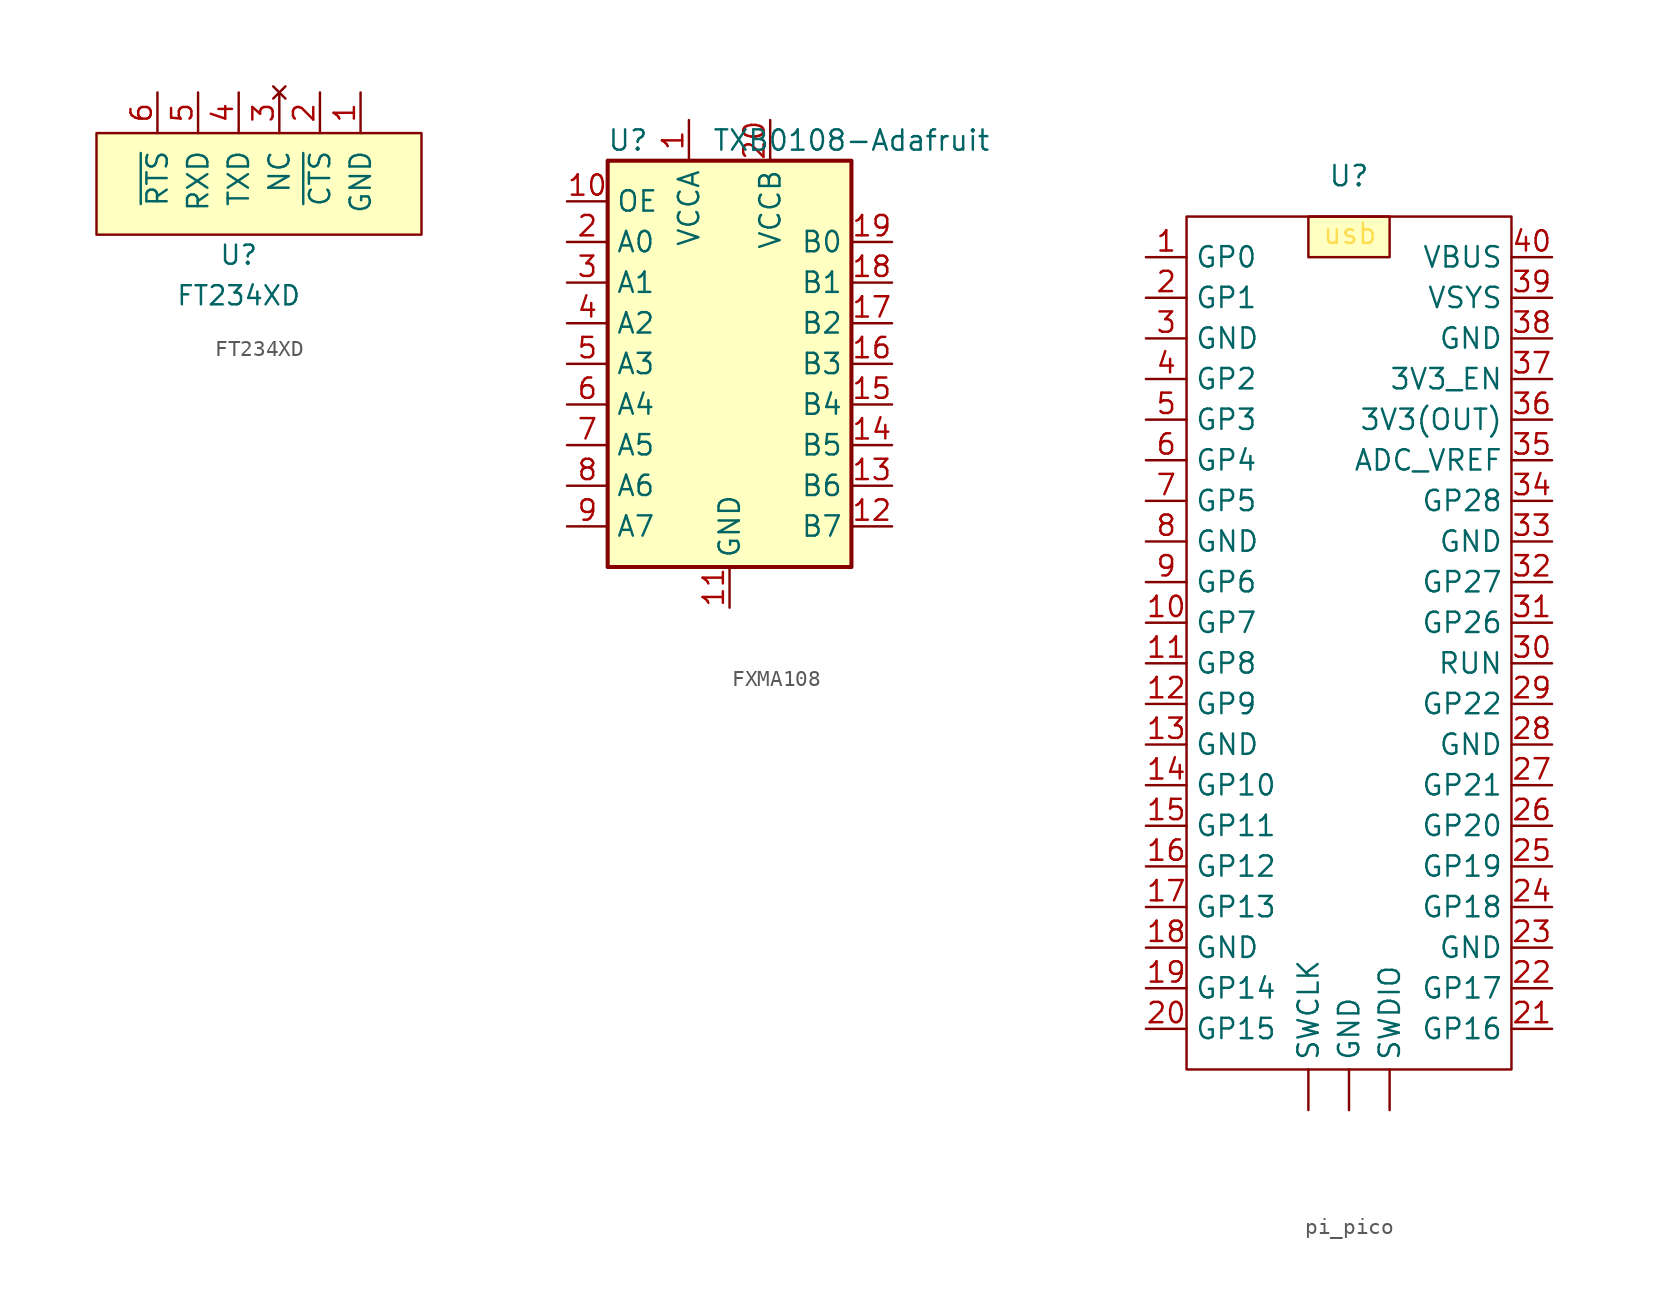
<source format=kicad_sym>
(kicad_symbol_lib
  (version 20220914)
  (generator kicad_symbol_editor)
  (symbol "FT234XD"
    (pin_names
      (offset 1.016))
    (property "Reference" "U"
      (at 2.54 -12.7 0)
      (effects (font (size 1.194 1.194))))
    (property "Value" "FT234XD"
      (at 2.54 -15.24 0)
      (effects (font (size 1.194 1.194))))
    (symbol "FT234XD_0_1"
      (rectangle (start 13.97 -5.08) (end -6.35 -11.43) (stroke (width 0) (type default)) (fill (type background))))
    (symbol "FT234XD_1_1"
      (pin power_in line (at 10.16 -2.54 270) (length 2.54) (name "GND" (effects (font (size 1.27 1.27)))) (number "1" (effects (font (size 1.27 1.27)))))
      (pin bidirectional line (at 7.62 -2.54 270) (length 2.54) (name "~{CTS}" (effects (font (size 1.27 1.27)))) (number "2" (effects (font (size 1.27 1.27)))))
      (pin no_connect line (at 5.08 -2.54 270) (length 2.54) (name "NC" (effects (font (size 1.27 1.27)))) (number "3" (effects (font (size 1.27 1.27)))))
      (pin bidirectional line (at 2.54 -2.54 270) (length 2.54) (name "TXD" (effects (font (size 1.27 1.27)))) (number "4" (effects (font (size 1.27 1.27)))))
      (pin bidirectional line (at 0 -2.54 270) (length 2.54) (name "RXD" (effects (font (size 1.27 1.27)))) (number "5" (effects (font (size 1.27 1.27)))))
      (pin bidirectional line (at -2.54 -2.54 270) (length 2.54) (name "~{RTS}" (effects (font (size 1.27 1.27)))) (number "6" (effects (font (size 1.27 1.27)))))))
  (symbol "FXMA108"
    (property "Reference" "U"
      (at -6.35 13.97 0)
      (effects (font (size 1.27 1.27))))
    (property "Value" "TXB0108-Adafruit"
      (at 7.62 13.97 0)
      (effects (font (size 1.27 1.27))))
    (symbol "FXMA108_1_1"
      (rectangle (start -7.62 12.7) (end 7.62 -12.7) (stroke (width 0.254) (type default)) (fill (type background)))
      (pin power_in line (at -2.54 15.24 270) (length 2.54) (name "VCCA" (effects (font (size 1.27 1.27)))) (number "1" (effects (font (size 1.27 1.27)))))
      (pin input line (at -10.16 10.16 0) (length 2.54) (name "OE" (effects (font (size 1.27 1.27)))) (number "10" (effects (font (size 1.27 1.27)))))
      (pin power_in line (at 0 -15.24 90) (length 2.54) (name "GND" (effects (font (size 1.27 1.27)))) (number "11" (effects (font (size 1.27 1.27)))))
      (pin bidirectional line (at 10.16 -10.16 180) (length 2.54) (name "B7" (effects (font (size 1.27 1.27)))) (number "12" (effects (font (size 1.27 1.27)))))
      (pin bidirectional line (at 10.16 -7.62 180) (length 2.54) (name "B6" (effects (font (size 1.27 1.27)))) (number "13" (effects (font (size 1.27 1.27)))))
      (pin bidirectional line (at 10.16 -5.08 180) (length 2.54) (name "B5" (effects (font (size 1.27 1.27)))) (number "14" (effects (font (size 1.27 1.27)))))
      (pin bidirectional line (at 10.16 -2.54 180) (length 2.54) (name "B4" (effects (font (size 1.27 1.27)))) (number "15" (effects (font (size 1.27 1.27)))))
      (pin bidirectional line (at 10.16 0 180) (length 2.54) (name "B3" (effects (font (size 1.27 1.27)))) (number "16" (effects (font (size 1.27 1.27)))))
      (pin bidirectional line (at 10.16 2.54 180) (length 2.54) (name "B2" (effects (font (size 1.27 1.27)))) (number "17" (effects (font (size 1.27 1.27)))))
      (pin bidirectional line (at 10.16 5.08 180) (length 2.54) (name "B1" (effects (font (size 1.27 1.27)))) (number "18" (effects (font (size 1.27 1.27)))))
      (pin bidirectional line (at 10.16 7.62 180) (length 2.54) (name "B0" (effects (font (size 1.27 1.27)))) (number "19" (effects (font (size 1.27 1.27)))))
      (pin bidirectional line (at -10.16 7.62 0) (length 2.54) (name "A0" (effects (font (size 1.27 1.27)))) (number "2" (effects (font (size 1.27 1.27)))))
      (pin power_in line (at 2.54 15.24 270) (length 2.54) (name "VCCB" (effects (font (size 1.27 1.27)))) (number "20" (effects (font (size 1.27 1.27)))))
      (pin no_connect line (at 2.54 -12.7 90) (length 2.54) hide (name "NC" (effects (font (size 1.27 1.27)))) (number "21" (effects (font (size 1.27 1.27)))))
      (pin bidirectional line (at -10.16 5.08 0) (length 2.54) (name "A1" (effects (font (size 1.27 1.27)))) (number "3" (effects (font (size 1.27 1.27)))))
      (pin bidirectional line (at -10.16 2.54 0) (length 2.54) (name "A2" (effects (font (size 1.27 1.27)))) (number "4" (effects (font (size 1.27 1.27)))))
      (pin bidirectional line (at -10.16 0 0) (length 2.54) (name "A3" (effects (font (size 1.27 1.27)))) (number "5" (effects (font (size 1.27 1.27)))))
      (pin bidirectional line (at -10.16 -2.54 0) (length 2.54) (name "A4" (effects (font (size 1.27 1.27)))) (number "6" (effects (font (size 1.27 1.27)))))
      (pin bidirectional line (at -10.16 -5.08 0) (length 2.54) (name "A5" (effects (font (size 1.27 1.27)))) (number "7" (effects (font (size 1.27 1.27)))))
      (pin bidirectional line (at -10.16 -7.62 0) (length 2.54) (name "A6" (effects (font (size 1.27 1.27)))) (number "8" (effects (font (size 1.27 1.27)))))
      (pin bidirectional line (at -10.16 -10.16 0) (length 2.54) (name "A7" (effects (font (size 1.27 1.27)))) (number "9" (effects (font (size 1.27 1.27)))))))
  (symbol "pi_pico"
    (property "Reference" "U"
      (at 0 0 0)
      (effects (font (size 1.27 1.27))))
    (property "Value" ""
      (at 0 0 0)
      (effects (font (size 1.27 1.27))))
    (symbol "pi_pico_1_0"
      (pin passive line (at -12.7 -27.94 0) (length 2.54) (name "GP7" (effects (font (size 1.27 1.27)))) (number "10" (effects (font (size 1.27 1.27)))))
      (pin passive line (at -12.7 -30.48 0) (length 2.54) (name "GP8" (effects (font (size 1.27 1.27)))) (number "11" (effects (font (size 1.27 1.27)))))
      (pin passive line (at -12.7 -33.02 0) (length 2.54) (name "GP9" (effects (font (size 1.27 1.27)))) (number "12" (effects (font (size 1.27 1.27)))))
      (pin passive line (at -12.7 -35.56 0) (length 2.54) (name "GND" (effects (font (size 1.27 1.27)))) (number "13" (effects (font (size 1.27 1.27)))))
      (pin passive line (at -12.7 -38.1 0) (length 2.54) (name "GP10" (effects (font (size 1.27 1.27)))) (number "14" (effects (font (size 1.27 1.27)))))
      (pin passive line (at -12.7 -40.64 0) (length 2.54) (name "GP11" (effects (font (size 1.27 1.27)))) (number "15" (effects (font (size 1.27 1.27)))))
      (pin passive line (at -12.7 -43.18 0) (length 2.54) (name "GP12" (effects (font (size 1.27 1.27)))) (number "16" (effects (font (size 1.27 1.27)))))
      (pin passive line (at -12.7 -45.72 0) (length 2.54) (name "GP13" (effects (font (size 1.27 1.27)))) (number "17" (effects (font (size 1.27 1.27)))))
      (pin passive line (at -12.7 -48.26 0) (length 2.54) (name "GND" (effects (font (size 1.27 1.27)))) (number "18" (effects (font (size 1.27 1.27)))))
      (pin passive line (at -12.7 -50.8 0) (length 2.54) (name "GP14" (effects (font (size 1.27 1.27)))) (number "19" (effects (font (size 1.27 1.27)))))
      (pin passive line (at -12.7 -53.34 0) (length 2.54) (name "GP15" (effects (font (size 1.27 1.27)))) (number "20" (effects (font (size 1.27 1.27)))))
      (pin passive line (at 12.7 -53.34 180) (length 2.54) (name "GP16" (effects (font (size 1.27 1.27)))) (number "21" (effects (font (size 1.27 1.27)))))
      (pin passive line (at 12.7 -50.8 180) (length 2.54) (name "GP17" (effects (font (size 1.27 1.27)))) (number "22" (effects (font (size 1.27 1.27)))))
      (pin passive line (at 12.7 -48.26 180) (length 2.54) (name "GND" (effects (font (size 1.27 1.27)))) (number "23" (effects (font (size 1.27 1.27)))))
      (pin passive line (at 12.7 -45.72 180) (length 2.54) (name "GP18" (effects (font (size 1.27 1.27)))) (number "24" (effects (font (size 1.27 1.27)))))
      (pin passive line (at 12.7 -43.18 180) (length 2.54) (name "GP19" (effects (font (size 1.27 1.27)))) (number "25" (effects (font (size 1.27 1.27)))))
      (pin passive line (at 12.7 -40.64 180) (length 2.54) (name "GP20" (effects (font (size 1.27 1.27)))) (number "26" (effects (font (size 1.27 1.27)))))
      (pin passive line (at 12.7 -38.1 180) (length 2.54) (name "GP21" (effects (font (size 1.27 1.27)))) (number "27" (effects (font (size 1.27 1.27)))))
      (pin passive line (at 12.7 -35.56 180) (length 2.54) (name "GND" (effects (font (size 1.27 1.27)))) (number "28" (effects (font (size 1.27 1.27)))))
      (pin passive line (at 12.7 -33.02 180) (length 2.54) (name "GP22" (effects (font (size 1.27 1.27)))) (number "29" (effects (font (size 1.27 1.27)))))
      (pin passive line (at -12.7 -10.16 0) (length 2.54) (name "GND" (effects (font (size 1.27 1.27)))) (number "3" (effects (font (size 1.27 1.27)))))
      (pin passive line (at 12.7 -30.48 180) (length 2.54) (name "RUN" (effects (font (size 1.27 1.27)))) (number "30" (effects (font (size 1.27 1.27)))))
      (pin passive line (at 12.7 -27.94 180) (length 2.54) (name "GP26" (effects (font (size 1.27 1.27)))) (number "31" (effects (font (size 1.27 1.27)))))
      (pin passive line (at 12.7 -25.4 180) (length 2.54) (name "GP27" (effects (font (size 1.27 1.27)))) (number "32" (effects (font (size 1.27 1.27)))))
      (pin passive line (at 12.7 -22.86 180) (length 2.54) (name "GND" (effects (font (size 1.27 1.27)))) (number "33" (effects (font (size 1.27 1.27)))))
      (pin passive line (at 12.7 -20.32 180) (length 2.54) (name "GP28" (effects (font (size 1.27 1.27)))) (number "34" (effects (font (size 1.27 1.27)))))
      (pin passive line (at 12.7 -17.78 180) (length 2.54) (name "ADC_VREF" (effects (font (size 1.27 1.27)))) (number "35" (effects (font (size 1.27 1.27)))))
      (pin power_out line (at 12.7 -15.24 180) (length 2.54) (name "3V3(OUT)" (effects (font (size 1.27 1.27)))) (number "36" (effects (font (size 1.27 1.27)))))
      (pin passive line (at 12.7 -12.7 180) (length 2.54) (name "3V3_EN" (effects (font (size 1.27 1.27)))) (number "37" (effects (font (size 1.27 1.27)))))
      (pin passive line (at 12.7 -10.16 180) (length 2.54) (name "GND" (effects (font (size 1.27 1.27)))) (number "38" (effects (font (size 1.27 1.27)))))
      (pin passive line (at 12.7 -7.62 180) (length 2.54) (name "VSYS" (effects (font (size 1.27 1.27)))) (number "39" (effects (font (size 1.27 1.27)))))
      (pin passive line (at -12.7 -12.7 0) (length 2.54) (name "GP2" (effects (font (size 1.27 1.27)))) (number "4" (effects (font (size 1.27 1.27)))))
      (pin passive line (at -12.7 -15.24 0) (length 2.54) (name "GP3" (effects (font (size 1.27 1.27)))) (number "5" (effects (font (size 1.27 1.27)))))
      (pin passive line (at -12.7 -17.78 0) (length 2.54) (name "GP4" (effects (font (size 1.27 1.27)))) (number "6" (effects (font (size 1.27 1.27)))))
      (pin passive line (at -12.7 -20.32 0) (length 2.54) (name "GP5" (effects (font (size 1.27 1.27)))) (number "7" (effects (font (size 1.27 1.27)))))
      (pin passive line (at -12.7 -22.86 0) (length 2.54) (name "GND" (effects (font (size 1.27 1.27)))) (number "8" (effects (font (size 1.27 1.27)))))
      (pin passive line (at -12.7 -25.4 0) (length 2.54) (name "GP6" (effects (font (size 1.27 1.27)))) (number "9" (effects (font (size 1.27 1.27))))))
    (symbol "pi_pico_1_1"
      (rectangle (start -10.16 -2.54) (end 10.16 -55.88) (stroke (width 0) (type default)) (fill (type none)))
      (polyline (pts (xy 2.54 -2.54) (xy 2.54 -5.08) (xy -2.54 -5.08) (xy -2.54 -2.54) (xy 2.54 -2.54)) (stroke (width 0) (type default)) (fill (type background)))
      (text "usb" (at 0.053 -3.607 0) (effects (font (size 1.27 1.27) (color 255 221 81 1))))
      (pin passive line (at 0 -58.42 90) (length 2.54) (name "GND" (effects (font (size 1.27 1.27)))) (number "" (effects (font (size 1.27 1.27)))))
      (pin passive line (at -2.54 -58.42 90) (length 2.54) (name "SWCLK" (effects (font (size 1.27 1.27)))) (number "" (effects (font (size 1.27 1.27)))))
      (pin passive line (at 2.54 -58.42 90) (length 2.54) (name "SWDIO" (effects (font (size 1.27 1.27)))) (number "" (effects (font (size 1.27 1.27)))))
      (pin passive line (at -12.7 -5.08 0) (length 2.54) (name "GP0" (effects (font (size 1.27 1.27)))) (number "1" (effects (font (size 1.27 1.27)))))
      (pin passive line (at -12.7 -7.62 0) (length 2.54) (name "GP1" (effects (font (size 1.27 1.27)))) (number "2" (effects (font (size 1.27 1.27)))))
      (pin passive line (at 12.7 -5.08 180) (length 2.54) (name "VBUS" (effects (font (size 1.27 1.27)))) (number "40" (effects (font (size 1.27 1.27))))))))
</source>
